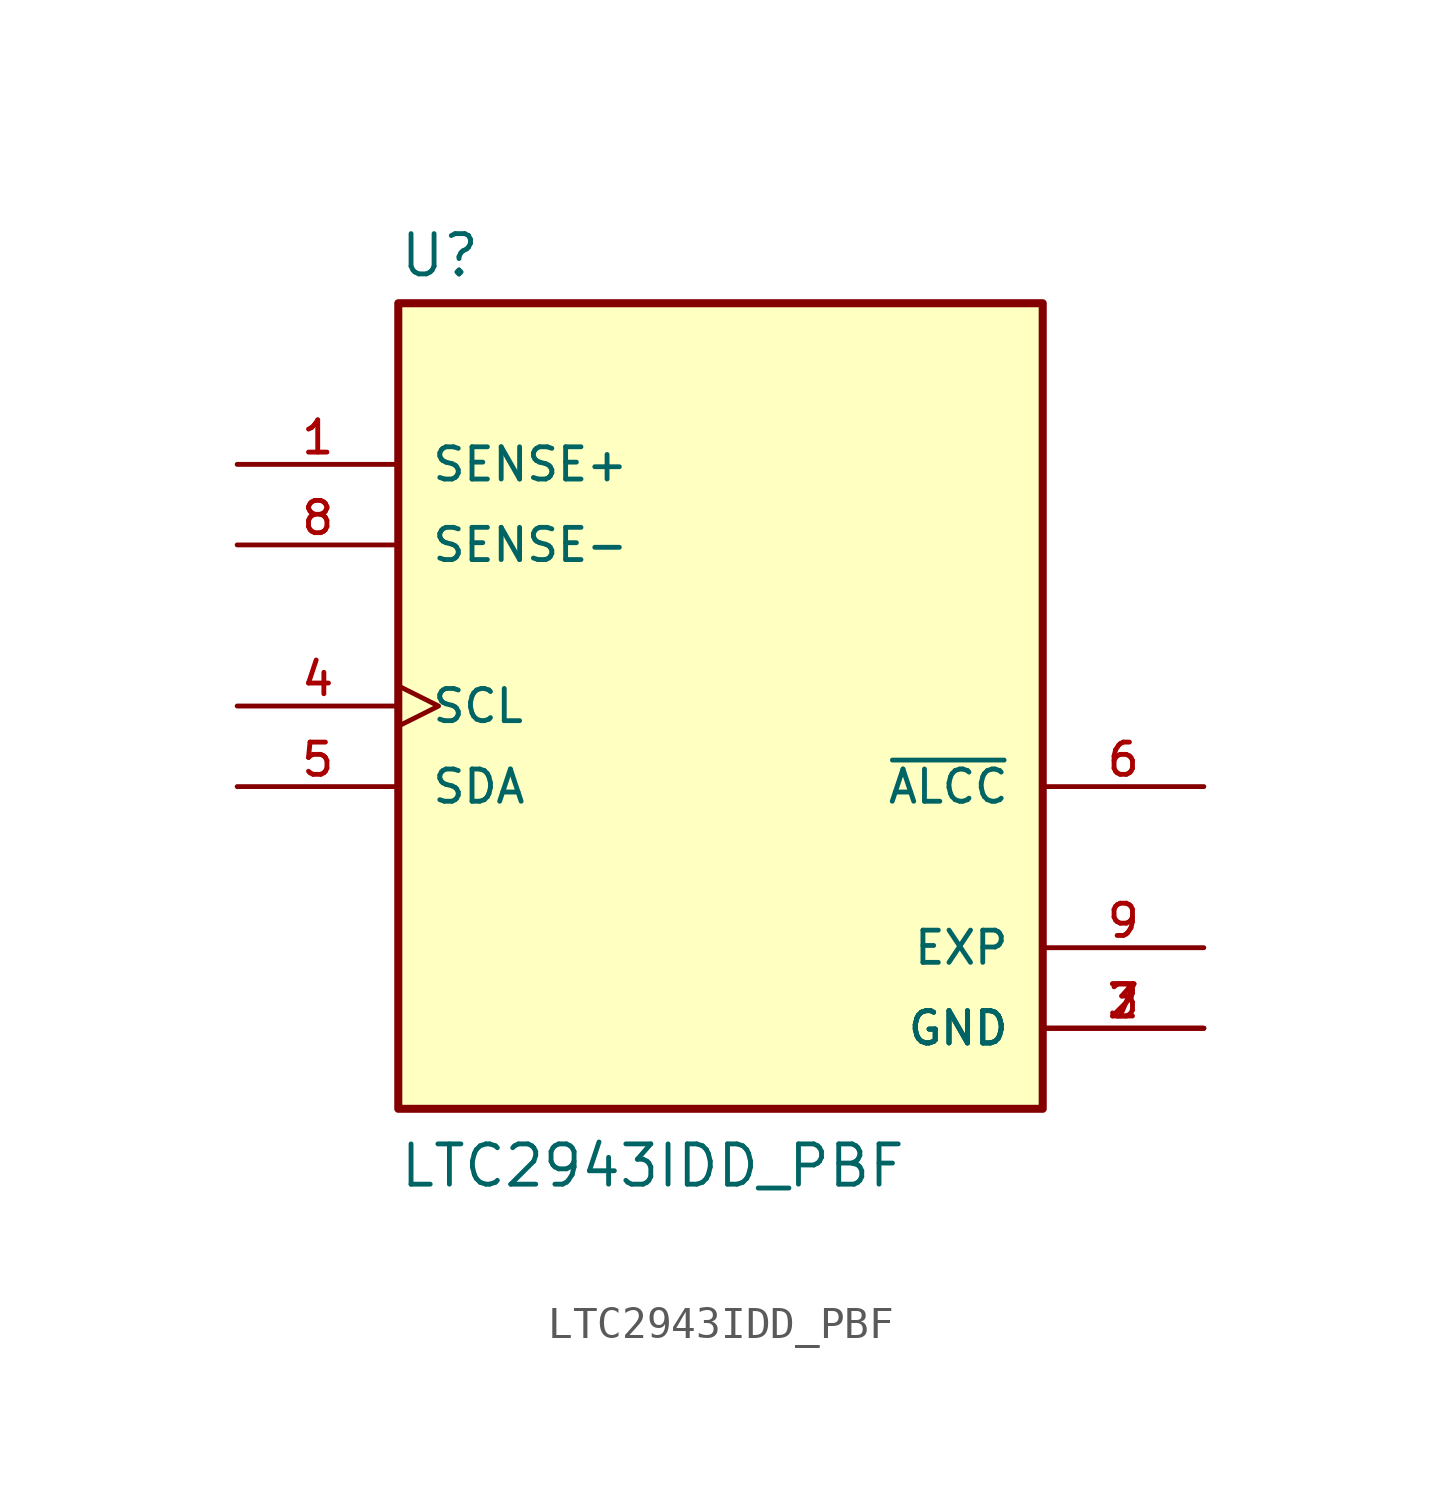
<source format=kicad_sym>
(kicad_symbol_lib
  (version 20211014)
  (generator kicad_symbol_editor)
  (symbol "LTC2943IDD_PBF"
    (pin_names
      (offset 1.016))
    (property "Reference" "U"
      (at -10.16 13.462 0)
      (effects (font (size 1.27 1.27)) (justify bottom left)))
    (property "Value" "LTC2943IDD_PBF"
      (at -10.16 -15.24 0)
      (effects (font (size 1.27 1.27)) (justify bottom left)))
    (symbol "LTC2943IDD_PBF_0_0"
      (rectangle (start -10.16 -12.7) (end 10.16 12.7) (stroke (width 0.254)) (fill (type background)))
      (pin input line (at -15.24 7.62 0) (length 5.08) (name "SENSE+" (effects (font (size 1.016 1.016)))) (number "1" (effects (font (size 1.016 1.016)))))
      (pin power_in line (at 15.24 -10.16 180.0) (length 5.08) (name "GND" (effects (font (size 1.016 1.016)))) (number "2" (effects (font (size 1.016 1.016)))))
      (pin power_in line (at 15.24 -10.16 180.0) (length 5.08) (name "GND" (effects (font (size 1.016 1.016)))) (number "3" (effects (font (size 1.016 1.016)))))
      (pin power_in line (at 15.24 -10.16 180.0) (length 5.08) (name "GND" (effects (font (size 1.016 1.016)))) (number "7" (effects (font (size 1.016 1.016)))))
      (pin input clock (at -15.24 0.0 0) (length 5.08) (name "SCL" (effects (font (size 1.016 1.016)))) (number "4" (effects (font (size 1.016 1.016)))))
      (pin bidirectional line (at -15.24 -2.54 0) (length 5.08) (name "SDA" (effects (font (size 1.016 1.016)))) (number "5" (effects (font (size 1.016 1.016)))))
      (pin bidirectional line (at 15.24 -2.54 180.0) (length 5.08) (name "~{ALCC}" (effects (font (size 1.016 1.016)))) (number "6" (effects (font (size 1.016 1.016)))))
      (pin input line (at -15.24 5.08 0) (length 5.08) (name "SENSE-" (effects (font (size 1.016 1.016)))) (number "8" (effects (font (size 1.016 1.016)))))
      (pin power_in line (at 15.24 -7.62 180.0) (length 5.08) (name "EXP" (effects (font (size 1.016 1.016)))) (number "9" (effects (font (size 1.016 1.016))))))))
</source>
